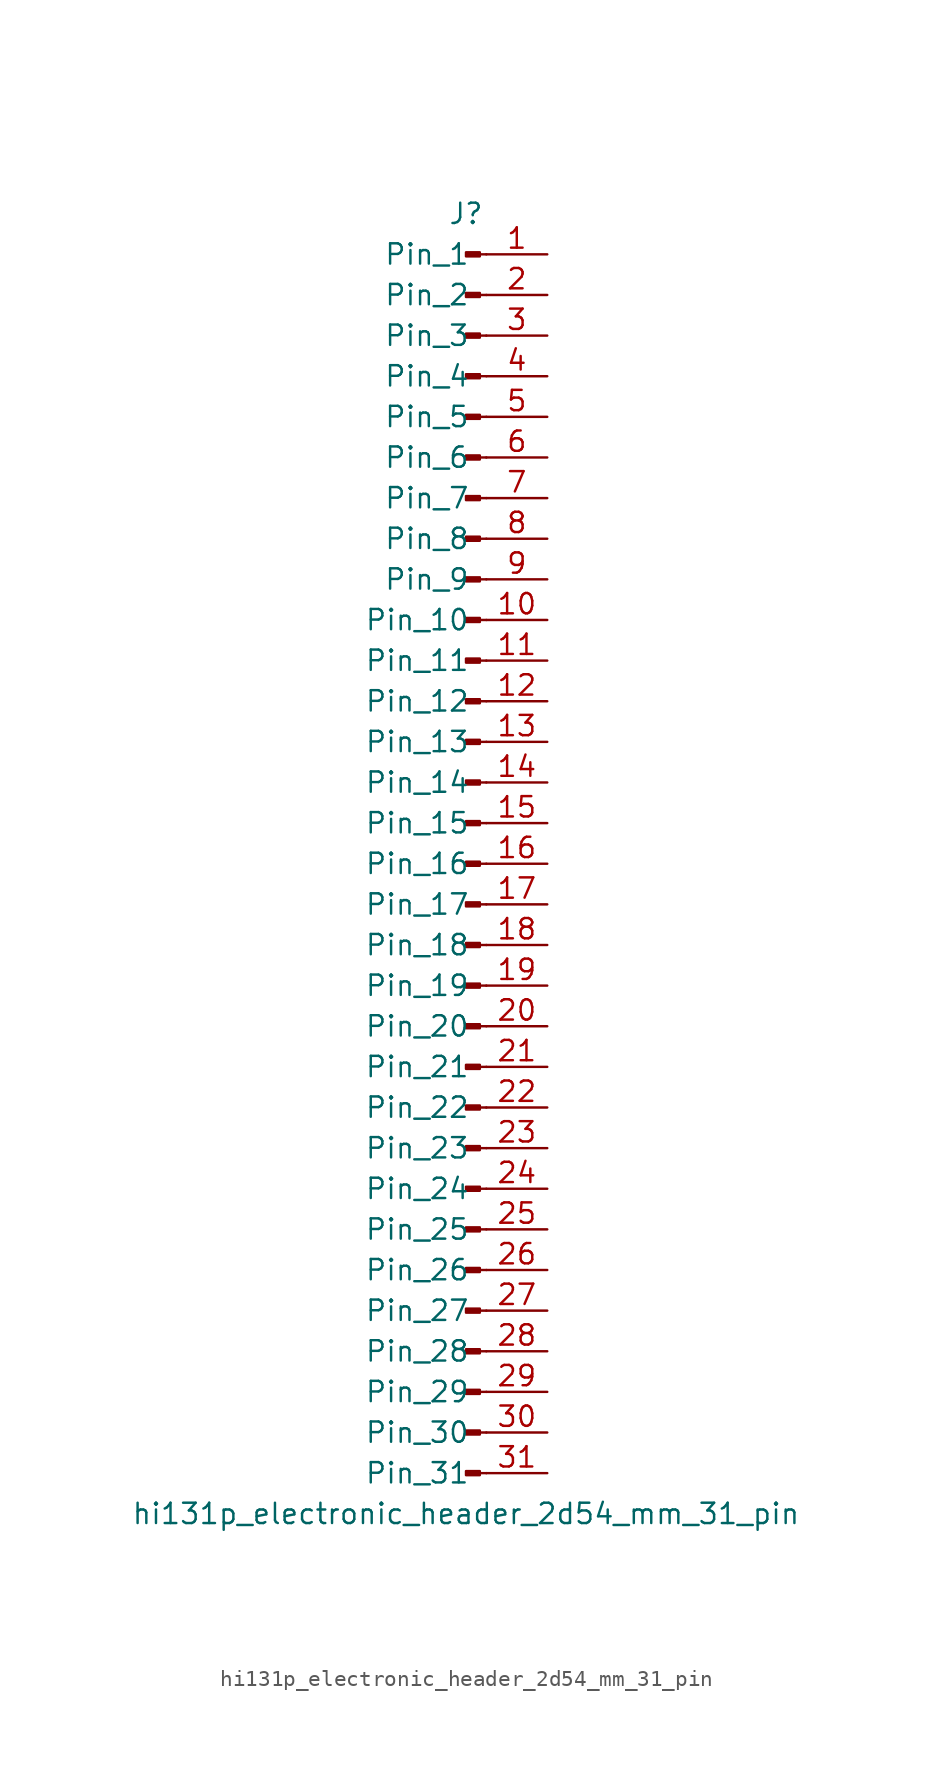
<source format=kicad_sym>
(kicad_symbol_lib
  (version 20220914)
  (generator kicad_symbol_editor)
  (symbol "hi131p_electronic_header_2d54_mm_31_pin"
    (pin_names
      (offset 1.016))
    (property "Reference" "J"
      (at 0 40.64 0)
      (effects (font (size 1.27 1.27))))
    (property "Value" "hi131p_electronic_header_2d54_mm_31_pin"
      (at 0 -40.64 0)
      (effects (font (size 1.27 1.27))))
    (property "ki_locked" ""
      (at 0 0 0)
      (effects (font (size 1.27 1.27))))
    (symbol "hi131p_electronic_header_2d54_mm_31_pin_1_1"
      (polyline (pts (xy 1.27 -38.1) (xy 0.864 -38.1)) (stroke (width 0.152) (type default)) (fill (type none)))
      (polyline (pts (xy 1.27 -35.56) (xy 0.864 -35.56)) (stroke (width 0.152) (type default)) (fill (type none)))
      (polyline (pts (xy 1.27 -33.02) (xy 0.864 -33.02)) (stroke (width 0.152) (type default)) (fill (type none)))
      (polyline (pts (xy 1.27 -30.48) (xy 0.864 -30.48)) (stroke (width 0.152) (type default)) (fill (type none)))
      (polyline (pts (xy 1.27 -27.94) (xy 0.864 -27.94)) (stroke (width 0.152) (type default)) (fill (type none)))
      (polyline (pts (xy 1.27 -25.4) (xy 0.864 -25.4)) (stroke (width 0.152) (type default)) (fill (type none)))
      (polyline (pts (xy 1.27 -22.86) (xy 0.864 -22.86)) (stroke (width 0.152) (type default)) (fill (type none)))
      (polyline (pts (xy 1.27 -20.32) (xy 0.864 -20.32)) (stroke (width 0.152) (type default)) (fill (type none)))
      (polyline (pts (xy 1.27 -17.78) (xy 0.864 -17.78)) (stroke (width 0.152) (type default)) (fill (type none)))
      (polyline (pts (xy 1.27 -15.24) (xy 0.864 -15.24)) (stroke (width 0.152) (type default)) (fill (type none)))
      (polyline (pts (xy 1.27 -12.7) (xy 0.864 -12.7)) (stroke (width 0.152) (type default)) (fill (type none)))
      (polyline (pts (xy 1.27 -10.16) (xy 0.864 -10.16)) (stroke (width 0.152) (type default)) (fill (type none)))
      (polyline (pts (xy 1.27 -7.62) (xy 0.864 -7.62)) (stroke (width 0.152) (type default)) (fill (type none)))
      (polyline (pts (xy 1.27 -5.08) (xy 0.864 -5.08)) (stroke (width 0.152) (type default)) (fill (type none)))
      (polyline (pts (xy 1.27 -2.54) (xy 0.864 -2.54)) (stroke (width 0.152) (type default)) (fill (type none)))
      (polyline (pts (xy 1.27 0) (xy 0.864 0)) (stroke (width 0.152) (type default)) (fill (type none)))
      (polyline (pts (xy 1.27 2.54) (xy 0.864 2.54)) (stroke (width 0.152) (type default)) (fill (type none)))
      (polyline (pts (xy 1.27 5.08) (xy 0.864 5.08)) (stroke (width 0.152) (type default)) (fill (type none)))
      (polyline (pts (xy 1.27 7.62) (xy 0.864 7.62)) (stroke (width 0.152) (type default)) (fill (type none)))
      (polyline (pts (xy 1.27 10.16) (xy 0.864 10.16)) (stroke (width 0.152) (type default)) (fill (type none)))
      (polyline (pts (xy 1.27 12.7) (xy 0.864 12.7)) (stroke (width 0.152) (type default)) (fill (type none)))
      (polyline (pts (xy 1.27 15.24) (xy 0.864 15.24)) (stroke (width 0.152) (type default)) (fill (type none)))
      (polyline (pts (xy 1.27 17.78) (xy 0.864 17.78)) (stroke (width 0.152) (type default)) (fill (type none)))
      (polyline (pts (xy 1.27 20.32) (xy 0.864 20.32)) (stroke (width 0.152) (type default)) (fill (type none)))
      (polyline (pts (xy 1.27 22.86) (xy 0.864 22.86)) (stroke (width 0.152) (type default)) (fill (type none)))
      (polyline (pts (xy 1.27 25.4) (xy 0.864 25.4)) (stroke (width 0.152) (type default)) (fill (type none)))
      (polyline (pts (xy 1.27 27.94) (xy 0.864 27.94)) (stroke (width 0.152) (type default)) (fill (type none)))
      (polyline (pts (xy 1.27 30.48) (xy 0.864 30.48)) (stroke (width 0.152) (type default)) (fill (type none)))
      (polyline (pts (xy 1.27 33.02) (xy 0.864 33.02)) (stroke (width 0.152) (type default)) (fill (type none)))
      (polyline (pts (xy 1.27 35.56) (xy 0.864 35.56)) (stroke (width 0.152) (type default)) (fill (type none)))
      (polyline (pts (xy 1.27 38.1) (xy 0.864 38.1)) (stroke (width 0.152) (type default)) (fill (type none)))
      (rectangle (start 0.864 -37.973) (end 0 -38.227) (stroke (width 0.152) (type default)) (fill (type outline)))
      (rectangle (start 0.864 -35.433) (end 0 -35.687) (stroke (width 0.152) (type default)) (fill (type outline)))
      (rectangle (start 0.864 -32.893) (end 0 -33.147) (stroke (width 0.152) (type default)) (fill (type outline)))
      (rectangle (start 0.864 -30.353) (end 0 -30.607) (stroke (width 0.152) (type default)) (fill (type outline)))
      (rectangle (start 0.864 -27.813) (end 0 -28.067) (stroke (width 0.152) (type default)) (fill (type outline)))
      (rectangle (start 0.864 -25.273) (end 0 -25.527) (stroke (width 0.152) (type default)) (fill (type outline)))
      (rectangle (start 0.864 -22.733) (end 0 -22.987) (stroke (width 0.152) (type default)) (fill (type outline)))
      (rectangle (start 0.864 -20.193) (end 0 -20.447) (stroke (width 0.152) (type default)) (fill (type outline)))
      (rectangle (start 0.864 -17.653) (end 0 -17.907) (stroke (width 0.152) (type default)) (fill (type outline)))
      (rectangle (start 0.864 -15.113) (end 0 -15.367) (stroke (width 0.152) (type default)) (fill (type outline)))
      (rectangle (start 0.864 -12.573) (end 0 -12.827) (stroke (width 0.152) (type default)) (fill (type outline)))
      (rectangle (start 0.864 -10.033) (end 0 -10.287) (stroke (width 0.152) (type default)) (fill (type outline)))
      (rectangle (start 0.864 -7.493) (end 0 -7.747) (stroke (width 0.152) (type default)) (fill (type outline)))
      (rectangle (start 0.864 -4.953) (end 0 -5.207) (stroke (width 0.152) (type default)) (fill (type outline)))
      (rectangle (start 0.864 -2.413) (end 0 -2.667) (stroke (width 0.152) (type default)) (fill (type outline)))
      (rectangle (start 0.864 0.127) (end 0 -0.127) (stroke (width 0.152) (type default)) (fill (type outline)))
      (rectangle (start 0.864 2.667) (end 0 2.413) (stroke (width 0.152) (type default)) (fill (type outline)))
      (rectangle (start 0.864 5.207) (end 0 4.953) (stroke (width 0.152) (type default)) (fill (type outline)))
      (rectangle (start 0.864 7.747) (end 0 7.493) (stroke (width 0.152) (type default)) (fill (type outline)))
      (rectangle (start 0.864 10.287) (end 0 10.033) (stroke (width 0.152) (type default)) (fill (type outline)))
      (rectangle (start 0.864 12.827) (end 0 12.573) (stroke (width 0.152) (type default)) (fill (type outline)))
      (rectangle (start 0.864 15.367) (end 0 15.113) (stroke (width 0.152) (type default)) (fill (type outline)))
      (rectangle (start 0.864 17.907) (end 0 17.653) (stroke (width 0.152) (type default)) (fill (type outline)))
      (rectangle (start 0.864 20.447) (end 0 20.193) (stroke (width 0.152) (type default)) (fill (type outline)))
      (rectangle (start 0.864 22.987) (end 0 22.733) (stroke (width 0.152) (type default)) (fill (type outline)))
      (rectangle (start 0.864 25.527) (end 0 25.273) (stroke (width 0.152) (type default)) (fill (type outline)))
      (rectangle (start 0.864 28.067) (end 0 27.813) (stroke (width 0.152) (type default)) (fill (type outline)))
      (rectangle (start 0.864 30.607) (end 0 30.353) (stroke (width 0.152) (type default)) (fill (type outline)))
      (rectangle (start 0.864 33.147) (end 0 32.893) (stroke (width 0.152) (type default)) (fill (type outline)))
      (rectangle (start 0.864 35.687) (end 0 35.433) (stroke (width 0.152) (type default)) (fill (type outline)))
      (rectangle (start 0.864 38.227) (end 0 37.973) (stroke (width 0.152) (type default)) (fill (type outline)))
      (pin passive line (at 5.08 38.1 180) (length 3.81) (name "Pin_1" (effects (font (size 1.27 1.27)))) (number "1" (effects (font (size 1.27 1.27)))))
      (pin passive line (at 5.08 15.24 180) (length 3.81) (name "Pin_10" (effects (font (size 1.27 1.27)))) (number "10" (effects (font (size 1.27 1.27)))))
      (pin passive line (at 5.08 12.7 180) (length 3.81) (name "Pin_11" (effects (font (size 1.27 1.27)))) (number "11" (effects (font (size 1.27 1.27)))))
      (pin passive line (at 5.08 10.16 180) (length 3.81) (name "Pin_12" (effects (font (size 1.27 1.27)))) (number "12" (effects (font (size 1.27 1.27)))))
      (pin passive line (at 5.08 7.62 180) (length 3.81) (name "Pin_13" (effects (font (size 1.27 1.27)))) (number "13" (effects (font (size 1.27 1.27)))))
      (pin passive line (at 5.08 5.08 180) (length 3.81) (name "Pin_14" (effects (font (size 1.27 1.27)))) (number "14" (effects (font (size 1.27 1.27)))))
      (pin passive line (at 5.08 2.54 180) (length 3.81) (name "Pin_15" (effects (font (size 1.27 1.27)))) (number "15" (effects (font (size 1.27 1.27)))))
      (pin passive line (at 5.08 0 180) (length 3.81) (name "Pin_16" (effects (font (size 1.27 1.27)))) (number "16" (effects (font (size 1.27 1.27)))))
      (pin passive line (at 5.08 -2.54 180) (length 3.81) (name "Pin_17" (effects (font (size 1.27 1.27)))) (number "17" (effects (font (size 1.27 1.27)))))
      (pin passive line (at 5.08 -5.08 180) (length 3.81) (name "Pin_18" (effects (font (size 1.27 1.27)))) (number "18" (effects (font (size 1.27 1.27)))))
      (pin passive line (at 5.08 -7.62 180) (length 3.81) (name "Pin_19" (effects (font (size 1.27 1.27)))) (number "19" (effects (font (size 1.27 1.27)))))
      (pin passive line (at 5.08 35.56 180) (length 3.81) (name "Pin_2" (effects (font (size 1.27 1.27)))) (number "2" (effects (font (size 1.27 1.27)))))
      (pin passive line (at 5.08 -10.16 180) (length 3.81) (name "Pin_20" (effects (font (size 1.27 1.27)))) (number "20" (effects (font (size 1.27 1.27)))))
      (pin passive line (at 5.08 -12.7 180) (length 3.81) (name "Pin_21" (effects (font (size 1.27 1.27)))) (number "21" (effects (font (size 1.27 1.27)))))
      (pin passive line (at 5.08 -15.24 180) (length 3.81) (name "Pin_22" (effects (font (size 1.27 1.27)))) (number "22" (effects (font (size 1.27 1.27)))))
      (pin passive line (at 5.08 -17.78 180) (length 3.81) (name "Pin_23" (effects (font (size 1.27 1.27)))) (number "23" (effects (font (size 1.27 1.27)))))
      (pin passive line (at 5.08 -20.32 180) (length 3.81) (name "Pin_24" (effects (font (size 1.27 1.27)))) (number "24" (effects (font (size 1.27 1.27)))))
      (pin passive line (at 5.08 -22.86 180) (length 3.81) (name "Pin_25" (effects (font (size 1.27 1.27)))) (number "25" (effects (font (size 1.27 1.27)))))
      (pin passive line (at 5.08 -25.4 180) (length 3.81) (name "Pin_26" (effects (font (size 1.27 1.27)))) (number "26" (effects (font (size 1.27 1.27)))))
      (pin passive line (at 5.08 -27.94 180) (length 3.81) (name "Pin_27" (effects (font (size 1.27 1.27)))) (number "27" (effects (font (size 1.27 1.27)))))
      (pin passive line (at 5.08 -30.48 180) (length 3.81) (name "Pin_28" (effects (font (size 1.27 1.27)))) (number "28" (effects (font (size 1.27 1.27)))))
      (pin passive line (at 5.08 -33.02 180) (length 3.81) (name "Pin_29" (effects (font (size 1.27 1.27)))) (number "29" (effects (font (size 1.27 1.27)))))
      (pin passive line (at 5.08 33.02 180) (length 3.81) (name "Pin_3" (effects (font (size 1.27 1.27)))) (number "3" (effects (font (size 1.27 1.27)))))
      (pin passive line (at 5.08 -35.56 180) (length 3.81) (name "Pin_30" (effects (font (size 1.27 1.27)))) (number "30" (effects (font (size 1.27 1.27)))))
      (pin passive line (at 5.08 -38.1 180) (length 3.81) (name "Pin_31" (effects (font (size 1.27 1.27)))) (number "31" (effects (font (size 1.27 1.27)))))
      (pin passive line (at 5.08 30.48 180) (length 3.81) (name "Pin_4" (effects (font (size 1.27 1.27)))) (number "4" (effects (font (size 1.27 1.27)))))
      (pin passive line (at 5.08 27.94 180) (length 3.81) (name "Pin_5" (effects (font (size 1.27 1.27)))) (number "5" (effects (font (size 1.27 1.27)))))
      (pin passive line (at 5.08 25.4 180) (length 3.81) (name "Pin_6" (effects (font (size 1.27 1.27)))) (number "6" (effects (font (size 1.27 1.27)))))
      (pin passive line (at 5.08 22.86 180) (length 3.81) (name "Pin_7" (effects (font (size 1.27 1.27)))) (number "7" (effects (font (size 1.27 1.27)))))
      (pin passive line (at 5.08 20.32 180) (length 3.81) (name "Pin_8" (effects (font (size 1.27 1.27)))) (number "8" (effects (font (size 1.27 1.27)))))
      (pin passive line (at 5.08 17.78 180) (length 3.81) (name "Pin_9" (effects (font (size 1.27 1.27)))) (number "9" (effects (font (size 1.27 1.27))))))))
</source>
